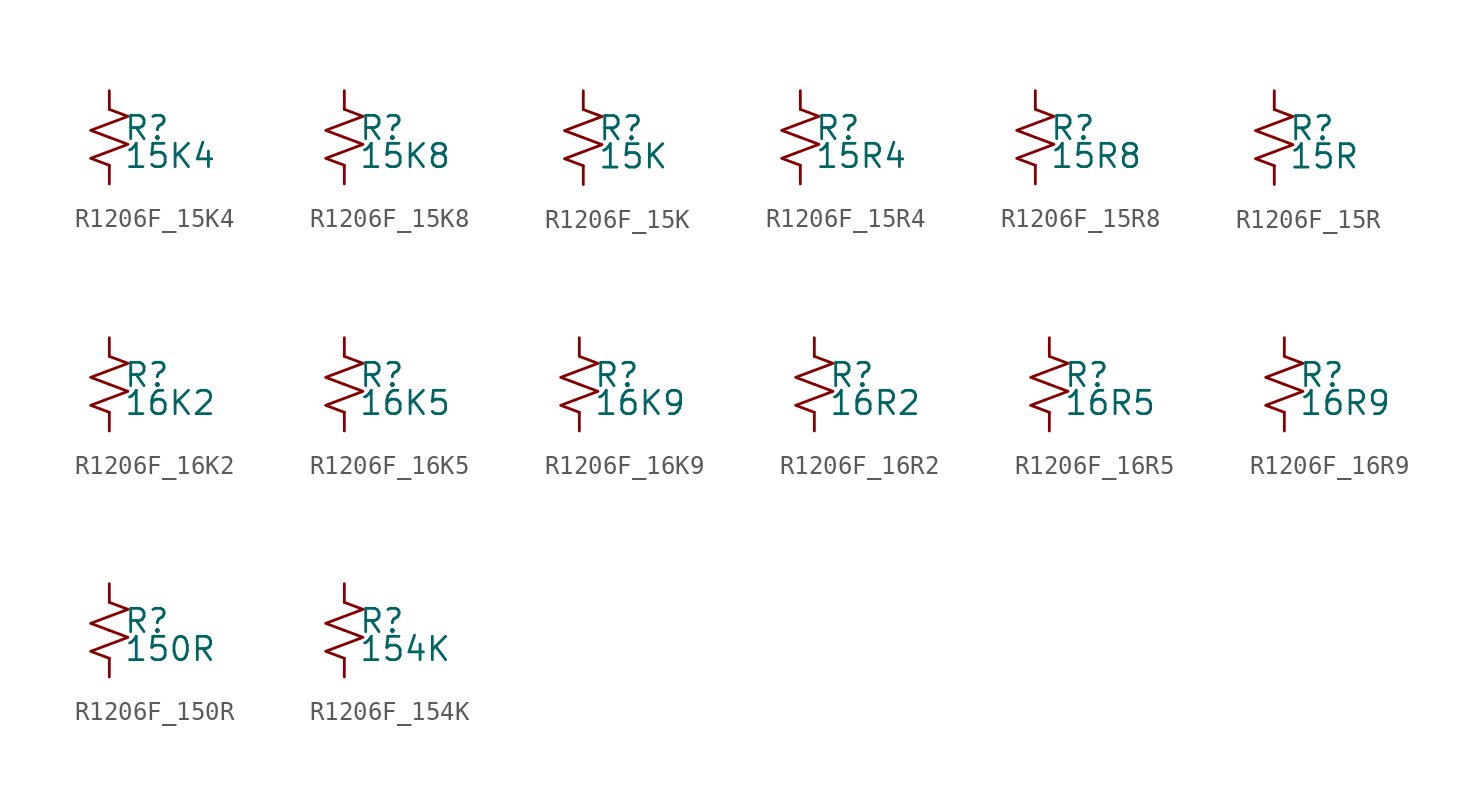
<source format=kicad_sym>
(kicad_symbol_lib
  (version 20220914)
  (generator kicad_symbol_editor)
  (symbol "R1206F_15K4"
    (pin_numbers hide)
    (pin_names
      (offset 0.254) hide)
    (property "Reference" "R"
      (at 0.762 0.508 0)
      (effects (font (size 1.27 1.27)) (justify left)))
    (property "Value" "15K4"
      (at 0.762 -1.016 0)
      (effects (font (size 1.27 1.27)) (justify left)))
    (symbol "R1206F_15K4_1_1"
      (polyline (pts (xy 0 0) (xy 1.016 -0.381) (xy 0 -0.762) (xy -1.016 -1.143) (xy 0 -1.524)) (stroke (width 0) (type default)) (fill (type none)))
      (polyline (pts (xy 0 1.524) (xy 1.016 1.143) (xy 0 0.762) (xy -1.016 0.381) (xy 0 0)) (stroke (width 0) (type default)) (fill (type none)))
      (pin passive line (at 0 2.54 270) (length 1.016) (name "~" (effects (font (size 1.27 1.27)))) (number "1" (effects (font (size 1.27 1.27)))))
      (pin passive line (at 0 -2.54 90) (length 1.016) (name "~" (effects (font (size 1.27 1.27)))) (number "2" (effects (font (size 1.27 1.27)))))))
  (symbol "R1206F_15K8"
    (pin_numbers hide)
    (pin_names
      (offset 0.254) hide)
    (property "Reference" "R"
      (at 0.762 0.508 0)
      (effects (font (size 1.27 1.27)) (justify left)))
    (property "Value" "15K8"
      (at 0.762 -1.016 0)
      (effects (font (size 1.27 1.27)) (justify left)))
    (symbol "R1206F_15K8_1_1"
      (polyline (pts (xy 0 0) (xy 1.016 -0.381) (xy 0 -0.762) (xy -1.016 -1.143) (xy 0 -1.524)) (stroke (width 0) (type default)) (fill (type none)))
      (polyline (pts (xy 0 1.524) (xy 1.016 1.143) (xy 0 0.762) (xy -1.016 0.381) (xy 0 0)) (stroke (width 0) (type default)) (fill (type none)))
      (pin passive line (at 0 2.54 270) (length 1.016) (name "~" (effects (font (size 1.27 1.27)))) (number "1" (effects (font (size 1.27 1.27)))))
      (pin passive line (at 0 -2.54 90) (length 1.016) (name "~" (effects (font (size 1.27 1.27)))) (number "2" (effects (font (size 1.27 1.27)))))))
  (symbol "R1206F_15K"
    (pin_numbers hide)
    (pin_names
      (offset 0.254) hide)
    (property "Reference" "R"
      (at 0.762 0.508 0)
      (effects (font (size 1.27 1.27)) (justify left)))
    (property "Value" "15K"
      (at 0.762 -1.016 0)
      (effects (font (size 1.27 1.27)) (justify left)))
    (symbol "R1206F_15K_1_1"
      (polyline (pts (xy 0 0) (xy 1.016 -0.381) (xy 0 -0.762) (xy -1.016 -1.143) (xy 0 -1.524)) (stroke (width 0) (type default)) (fill (type none)))
      (polyline (pts (xy 0 1.524) (xy 1.016 1.143) (xy 0 0.762) (xy -1.016 0.381) (xy 0 0)) (stroke (width 0) (type default)) (fill (type none)))
      (pin passive line (at 0 2.54 270) (length 1.016) (name "~" (effects (font (size 1.27 1.27)))) (number "1" (effects (font (size 1.27 1.27)))))
      (pin passive line (at 0 -2.54 90) (length 1.016) (name "~" (effects (font (size 1.27 1.27)))) (number "2" (effects (font (size 1.27 1.27)))))))
  (symbol "R1206F_15R4"
    (pin_numbers hide)
    (pin_names
      (offset 0.254) hide)
    (property "Reference" "R"
      (at 0.762 0.508 0)
      (effects (font (size 1.27 1.27)) (justify left)))
    (property "Value" "15R4"
      (at 0.762 -1.016 0)
      (effects (font (size 1.27 1.27)) (justify left)))
    (symbol "R1206F_15R4_1_1"
      (polyline (pts (xy 0 0) (xy 1.016 -0.381) (xy 0 -0.762) (xy -1.016 -1.143) (xy 0 -1.524)) (stroke (width 0) (type default)) (fill (type none)))
      (polyline (pts (xy 0 1.524) (xy 1.016 1.143) (xy 0 0.762) (xy -1.016 0.381) (xy 0 0)) (stroke (width 0) (type default)) (fill (type none)))
      (pin passive line (at 0 2.54 270) (length 1.016) (name "~" (effects (font (size 1.27 1.27)))) (number "1" (effects (font (size 1.27 1.27)))))
      (pin passive line (at 0 -2.54 90) (length 1.016) (name "~" (effects (font (size 1.27 1.27)))) (number "2" (effects (font (size 1.27 1.27)))))))
  (symbol "R1206F_15R8"
    (pin_numbers hide)
    (pin_names
      (offset 0.254) hide)
    (property "Reference" "R"
      (at 0.762 0.508 0)
      (effects (font (size 1.27 1.27)) (justify left)))
    (property "Value" "15R8"
      (at 0.762 -1.016 0)
      (effects (font (size 1.27 1.27)) (justify left)))
    (symbol "R1206F_15R8_1_1"
      (polyline (pts (xy 0 0) (xy 1.016 -0.381) (xy 0 -0.762) (xy -1.016 -1.143) (xy 0 -1.524)) (stroke (width 0) (type default)) (fill (type none)))
      (polyline (pts (xy 0 1.524) (xy 1.016 1.143) (xy 0 0.762) (xy -1.016 0.381) (xy 0 0)) (stroke (width 0) (type default)) (fill (type none)))
      (pin passive line (at 0 2.54 270) (length 1.016) (name "~" (effects (font (size 1.27 1.27)))) (number "1" (effects (font (size 1.27 1.27)))))
      (pin passive line (at 0 -2.54 90) (length 1.016) (name "~" (effects (font (size 1.27 1.27)))) (number "2" (effects (font (size 1.27 1.27)))))))
  (symbol "R1206F_15R"
    (pin_numbers hide)
    (pin_names
      (offset 0.254) hide)
    (property "Reference" "R"
      (at 0.762 0.508 0)
      (effects (font (size 1.27 1.27)) (justify left)))
    (property "Value" "15R"
      (at 0.762 -1.016 0)
      (effects (font (size 1.27 1.27)) (justify left)))
    (symbol "R1206F_15R_1_1"
      (polyline (pts (xy 0 0) (xy 1.016 -0.381) (xy 0 -0.762) (xy -1.016 -1.143) (xy 0 -1.524)) (stroke (width 0) (type default)) (fill (type none)))
      (polyline (pts (xy 0 1.524) (xy 1.016 1.143) (xy 0 0.762) (xy -1.016 0.381) (xy 0 0)) (stroke (width 0) (type default)) (fill (type none)))
      (pin passive line (at 0 2.54 270) (length 1.016) (name "~" (effects (font (size 1.27 1.27)))) (number "1" (effects (font (size 1.27 1.27)))))
      (pin passive line (at 0 -2.54 90) (length 1.016) (name "~" (effects (font (size 1.27 1.27)))) (number "2" (effects (font (size 1.27 1.27)))))))
  (symbol "R1206F_16K2"
    (pin_numbers hide)
    (pin_names
      (offset 0.254) hide)
    (property "Reference" "R"
      (at 0.762 0.508 0)
      (effects (font (size 1.27 1.27)) (justify left)))
    (property "Value" "16K2"
      (at 0.762 -1.016 0)
      (effects (font (size 1.27 1.27)) (justify left)))
    (symbol "R1206F_16K2_1_1"
      (polyline (pts (xy 0 0) (xy 1.016 -0.381) (xy 0 -0.762) (xy -1.016 -1.143) (xy 0 -1.524)) (stroke (width 0) (type default)) (fill (type none)))
      (polyline (pts (xy 0 1.524) (xy 1.016 1.143) (xy 0 0.762) (xy -1.016 0.381) (xy 0 0)) (stroke (width 0) (type default)) (fill (type none)))
      (pin passive line (at 0 2.54 270) (length 1.016) (name "~" (effects (font (size 1.27 1.27)))) (number "1" (effects (font (size 1.27 1.27)))))
      (pin passive line (at 0 -2.54 90) (length 1.016) (name "~" (effects (font (size 1.27 1.27)))) (number "2" (effects (font (size 1.27 1.27)))))))
  (symbol "R1206F_16K5"
    (pin_numbers hide)
    (pin_names
      (offset 0.254) hide)
    (property "Reference" "R"
      (at 0.762 0.508 0)
      (effects (font (size 1.27 1.27)) (justify left)))
    (property "Value" "16K5"
      (at 0.762 -1.016 0)
      (effects (font (size 1.27 1.27)) (justify left)))
    (symbol "R1206F_16K5_1_1"
      (polyline (pts (xy 0 0) (xy 1.016 -0.381) (xy 0 -0.762) (xy -1.016 -1.143) (xy 0 -1.524)) (stroke (width 0) (type default)) (fill (type none)))
      (polyline (pts (xy 0 1.524) (xy 1.016 1.143) (xy 0 0.762) (xy -1.016 0.381) (xy 0 0)) (stroke (width 0) (type default)) (fill (type none)))
      (pin passive line (at 0 2.54 270) (length 1.016) (name "~" (effects (font (size 1.27 1.27)))) (number "1" (effects (font (size 1.27 1.27)))))
      (pin passive line (at 0 -2.54 90) (length 1.016) (name "~" (effects (font (size 1.27 1.27)))) (number "2" (effects (font (size 1.27 1.27)))))))
  (symbol "R1206F_16K9"
    (pin_numbers hide)
    (pin_names
      (offset 0.254) hide)
    (property "Reference" "R"
      (at 0.762 0.508 0)
      (effects (font (size 1.27 1.27)) (justify left)))
    (property "Value" "16K9"
      (at 0.762 -1.016 0)
      (effects (font (size 1.27 1.27)) (justify left)))
    (symbol "R1206F_16K9_1_1"
      (polyline (pts (xy 0 0) (xy 1.016 -0.381) (xy 0 -0.762) (xy -1.016 -1.143) (xy 0 -1.524)) (stroke (width 0) (type default)) (fill (type none)))
      (polyline (pts (xy 0 1.524) (xy 1.016 1.143) (xy 0 0.762) (xy -1.016 0.381) (xy 0 0)) (stroke (width 0) (type default)) (fill (type none)))
      (pin passive line (at 0 2.54 270) (length 1.016) (name "~" (effects (font (size 1.27 1.27)))) (number "1" (effects (font (size 1.27 1.27)))))
      (pin passive line (at 0 -2.54 90) (length 1.016) (name "~" (effects (font (size 1.27 1.27)))) (number "2" (effects (font (size 1.27 1.27)))))))
  (symbol "R1206F_16R2"
    (pin_numbers hide)
    (pin_names
      (offset 0.254) hide)
    (property "Reference" "R"
      (at 0.762 0.508 0)
      (effects (font (size 1.27 1.27)) (justify left)))
    (property "Value" "16R2"
      (at 0.762 -1.016 0)
      (effects (font (size 1.27 1.27)) (justify left)))
    (symbol "R1206F_16R2_1_1"
      (polyline (pts (xy 0 0) (xy 1.016 -0.381) (xy 0 -0.762) (xy -1.016 -1.143) (xy 0 -1.524)) (stroke (width 0) (type default)) (fill (type none)))
      (polyline (pts (xy 0 1.524) (xy 1.016 1.143) (xy 0 0.762) (xy -1.016 0.381) (xy 0 0)) (stroke (width 0) (type default)) (fill (type none)))
      (pin passive line (at 0 2.54 270) (length 1.016) (name "~" (effects (font (size 1.27 1.27)))) (number "1" (effects (font (size 1.27 1.27)))))
      (pin passive line (at 0 -2.54 90) (length 1.016) (name "~" (effects (font (size 1.27 1.27)))) (number "2" (effects (font (size 1.27 1.27)))))))
  (symbol "R1206F_16R5"
    (pin_numbers hide)
    (pin_names
      (offset 0.254) hide)
    (property "Reference" "R"
      (at 0.762 0.508 0)
      (effects (font (size 1.27 1.27)) (justify left)))
    (property "Value" "16R5"
      (at 0.762 -1.016 0)
      (effects (font (size 1.27 1.27)) (justify left)))
    (symbol "R1206F_16R5_1_1"
      (polyline (pts (xy 0 0) (xy 1.016 -0.381) (xy 0 -0.762) (xy -1.016 -1.143) (xy 0 -1.524)) (stroke (width 0) (type default)) (fill (type none)))
      (polyline (pts (xy 0 1.524) (xy 1.016 1.143) (xy 0 0.762) (xy -1.016 0.381) (xy 0 0)) (stroke (width 0) (type default)) (fill (type none)))
      (pin passive line (at 0 2.54 270) (length 1.016) (name "~" (effects (font (size 1.27 1.27)))) (number "1" (effects (font (size 1.27 1.27)))))
      (pin passive line (at 0 -2.54 90) (length 1.016) (name "~" (effects (font (size 1.27 1.27)))) (number "2" (effects (font (size 1.27 1.27)))))))
  (symbol "R1206F_16R9"
    (pin_numbers hide)
    (pin_names
      (offset 0.254) hide)
    (property "Reference" "R"
      (at 0.762 0.508 0)
      (effects (font (size 1.27 1.27)) (justify left)))
    (property "Value" "16R9"
      (at 0.762 -1.016 0)
      (effects (font (size 1.27 1.27)) (justify left)))
    (symbol "R1206F_16R9_1_1"
      (polyline (pts (xy 0 0) (xy 1.016 -0.381) (xy 0 -0.762) (xy -1.016 -1.143) (xy 0 -1.524)) (stroke (width 0) (type default)) (fill (type none)))
      (polyline (pts (xy 0 1.524) (xy 1.016 1.143) (xy 0 0.762) (xy -1.016 0.381) (xy 0 0)) (stroke (width 0) (type default)) (fill (type none)))
      (pin passive line (at 0 2.54 270) (length 1.016) (name "~" (effects (font (size 1.27 1.27)))) (number "1" (effects (font (size 1.27 1.27)))))
      (pin passive line (at 0 -2.54 90) (length 1.016) (name "~" (effects (font (size 1.27 1.27)))) (number "2" (effects (font (size 1.27 1.27)))))))
  (symbol "R1206F_150R"
    (pin_numbers hide)
    (pin_names
      (offset 0.254) hide)
    (property "Reference" "R"
      (at 0.762 0.508 0)
      (effects (font (size 1.27 1.27)) (justify left)))
    (property "Value" "150R"
      (at 0.762 -1.016 0)
      (effects (font (size 1.27 1.27)) (justify left)))
    (symbol "R1206F_150R_1_1"
      (polyline (pts (xy 0 0) (xy 1.016 -0.381) (xy 0 -0.762) (xy -1.016 -1.143) (xy 0 -1.524)) (stroke (width 0) (type default)) (fill (type none)))
      (polyline (pts (xy 0 1.524) (xy 1.016 1.143) (xy 0 0.762) (xy -1.016 0.381) (xy 0 0)) (stroke (width 0) (type default)) (fill (type none)))
      (pin passive line (at 0 2.54 270) (length 1.016) (name "~" (effects (font (size 1.27 1.27)))) (number "1" (effects (font (size 1.27 1.27)))))
      (pin passive line (at 0 -2.54 90) (length 1.016) (name "~" (effects (font (size 1.27 1.27)))) (number "2" (effects (font (size 1.27 1.27)))))))
  (symbol "R1206F_154K"
    (pin_numbers hide)
    (pin_names
      (offset 0.254) hide)
    (property "Reference" "R"
      (at 0.762 0.508 0)
      (effects (font (size 1.27 1.27)) (justify left)))
    (property "Value" "154K"
      (at 0.762 -1.016 0)
      (effects (font (size 1.27 1.27)) (justify left)))
    (symbol "R1206F_154K_1_1"
      (polyline (pts (xy 0 0) (xy 1.016 -0.381) (xy 0 -0.762) (xy -1.016 -1.143) (xy 0 -1.524)) (stroke (width 0) (type default)) (fill (type none)))
      (polyline (pts (xy 0 1.524) (xy 1.016 1.143) (xy 0 0.762) (xy -1.016 0.381) (xy 0 0)) (stroke (width 0) (type default)) (fill (type none)))
      (pin passive line (at 0 2.54 270) (length 1.016) (name "~" (effects (font (size 1.27 1.27)))) (number "1" (effects (font (size 1.27 1.27)))))
      (pin passive line (at 0 -2.54 90) (length 1.016) (name "~" (effects (font (size 1.27 1.27)))) (number "2" (effects (font (size 1.27 1.27))))))))
</source>
